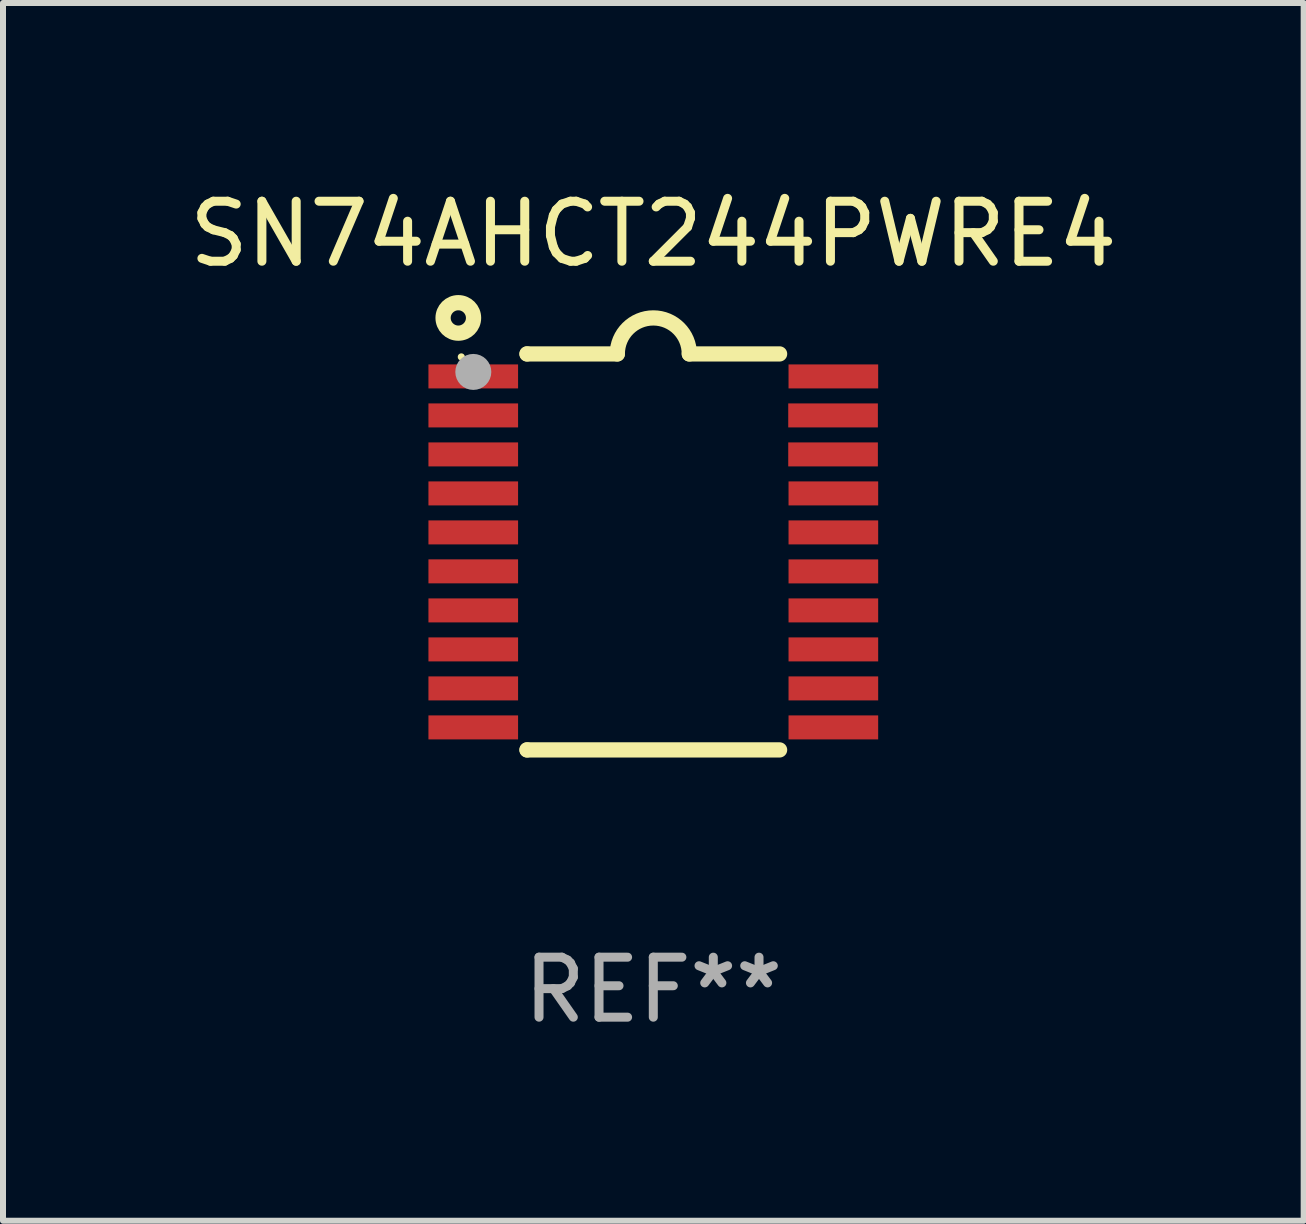
<source format=kicad_pcb>
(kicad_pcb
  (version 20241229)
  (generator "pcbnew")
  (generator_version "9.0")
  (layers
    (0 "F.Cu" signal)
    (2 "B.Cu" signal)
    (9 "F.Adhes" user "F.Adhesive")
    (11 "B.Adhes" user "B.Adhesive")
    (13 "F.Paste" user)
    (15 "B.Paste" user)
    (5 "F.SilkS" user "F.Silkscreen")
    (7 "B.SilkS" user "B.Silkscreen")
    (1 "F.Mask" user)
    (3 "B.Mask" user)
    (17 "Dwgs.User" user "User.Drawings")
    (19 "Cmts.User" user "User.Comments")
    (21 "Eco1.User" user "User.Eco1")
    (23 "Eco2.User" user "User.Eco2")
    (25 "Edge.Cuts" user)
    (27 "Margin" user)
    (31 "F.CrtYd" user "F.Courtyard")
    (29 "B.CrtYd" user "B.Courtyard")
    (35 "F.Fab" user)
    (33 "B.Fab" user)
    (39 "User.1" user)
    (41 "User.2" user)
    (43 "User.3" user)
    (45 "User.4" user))
  (footprint "SN74AHCT244PWRE4"
    (layer "F.Cu")
    (at 7.839 6.149)
    (property "Reference" "SN74AHCT244PWRE4" (at 0 -5.3 0) (layer "F.SilkS") (effects (font (size 1 1) (thickness 0.15))))
    (attr through_hole)
    (fp_line (start -2.105 -3.3) (end -2.105 -3.3) (stroke (width 0.254) (type solid)) (layer "F.SilkS"))
    (fp_line (start -2.105 -3.3) (end -0.6 -3.3) (stroke (width 0.254) (type solid)) (layer "F.SilkS"))
    (fp_line (start -2.105 3.3) (end -2.105 3.3) (stroke (width 0.254) (type solid)) (layer "F.SilkS"))
    (fp_line (start 0.6 -3.3) (end 2.105 -3.3) (stroke (width 0.254) (type solid)) (layer "F.SilkS"))
    (fp_line (start 2.105 3.3) (end -2.105 3.3) (stroke (width 0.254) (type solid)) (layer "F.SilkS"))
    (fp_arc (start -0.599924 -3.300026) (mid 0.000114 -3.897415) (end 0.600152 -3.300025) (stroke (width 0.254001) (type solid)) (layer "F.SilkS"))
    (fp_circle (center -3.25 -3.9) (end -2.996 -3.9) (stroke (width 0.254) (type solid)) (fill no) (layer "F.SilkS"))
    (fp_circle (center -3.2 -3.25) (end -3.17 -3.25) (stroke (width 0.06) (type solid)) (fill no) (layer "F.SilkS"))
    (fp_circle (center -3 -3) (end -2.85 -3) (stroke (width 0.3) (type solid)) (fill no) (layer "F.Fab"))
    (fp_text user "REF**" (at 0 7.3 0) (layer "F.Fab") (effects (font (size 1 1) (thickness 0.15))))
    (pad "1" smd rect (at -3.001 -2.925 270) (size 0.4 1.494) (layers "F.Cu" "F.Mask" "F.Paste"))
    (pad "2" smd rect (at -3.001 -2.275 270) (size 0.4 1.494) (layers "F.Cu" "F.Mask" "F.Paste"))
    (pad "3" smd rect (at -3.001 -1.625 270) (size 0.4 1.494) (layers "F.Cu" "F.Mask" "F.Paste"))
    (pad "4" smd rect (at -3.001 -0.975 270) (size 0.4 1.494) (layers "F.Cu" "F.Mask" "F.Paste"))
    (pad "5" smd rect (at -3.001 -0.325 270) (size 0.4 1.494) (layers "F.Cu" "F.Mask" "F.Paste"))
    (pad "6" smd rect (at -3.001 0.324 270) (size 0.4 1.494) (layers "F.Cu" "F.Mask" "F.Paste"))
    (pad "7" smd rect (at -3.001 0.975 270) (size 0.4 1.494) (layers "F.Cu" "F.Mask" "F.Paste"))
    (pad "8" smd rect (at -3.001 1.625 270) (size 0.4 1.494) (layers "F.Cu" "F.Mask" "F.Paste"))
    (pad "9" smd rect (at -3.001 2.275 270) (size 0.4 1.494) (layers "F.Cu" "F.Mask" "F.Paste"))
    (pad "10" smd rect (at -3.001 2.925 270) (size 0.4 1.494) (layers "F.Cu" "F.Mask" "F.Paste"))
    (pad "11" smd rect (at 3.001 2.925 270) (size 0.4 1.494) (layers "F.Cu" "F.Mask" "F.Paste"))
    (pad "12" smd rect (at 3.001 2.275 270) (size 0.4 1.494) (layers "F.Cu" "F.Mask" "F.Paste"))
    (pad "13" smd rect (at 3.001 1.625 270) (size 0.4 1.494) (layers "F.Cu" "F.Mask" "F.Paste"))
    (pad "14" smd rect (at 3.001 0.975 270) (size 0.4 1.494) (layers "F.Cu" "F.Mask" "F.Paste"))
    (pad "15" smd rect (at 3.001 0.325 270) (size 0.4 1.494) (layers "F.Cu" "F.Mask" "F.Paste"))
    (pad "16" smd rect (at 3.001 -0.325 270) (size 0.4 1.494) (layers "F.Cu" "F.Mask" "F.Paste"))
    (pad "17" smd rect (at 3.001 -0.975 270) (size 0.4 1.494) (layers "F.Cu" "F.Mask" "F.Paste"))
    (pad "18" smd rect (at 2.996 -1.625 270) (size 0.4 1.494) (layers "F.Cu" "F.Mask" "F.Paste"))
    (pad "19" smd rect (at 2.996 -2.275 270) (size 0.4 1.494) (layers "F.Cu" "F.Mask" "F.Paste"))
    (pad "20" smd rect (at 3.001 -2.925 270) (size 0.4 1.494) (layers "F.Cu" "F.Mask" "F.Paste")))
  (gr_rect
    (start -3 -3)
    (end 18.679 17.297)
    (stroke (width 0.1) (type default))
    (fill no)
    (layer "Edge.Cuts")))
</source>
